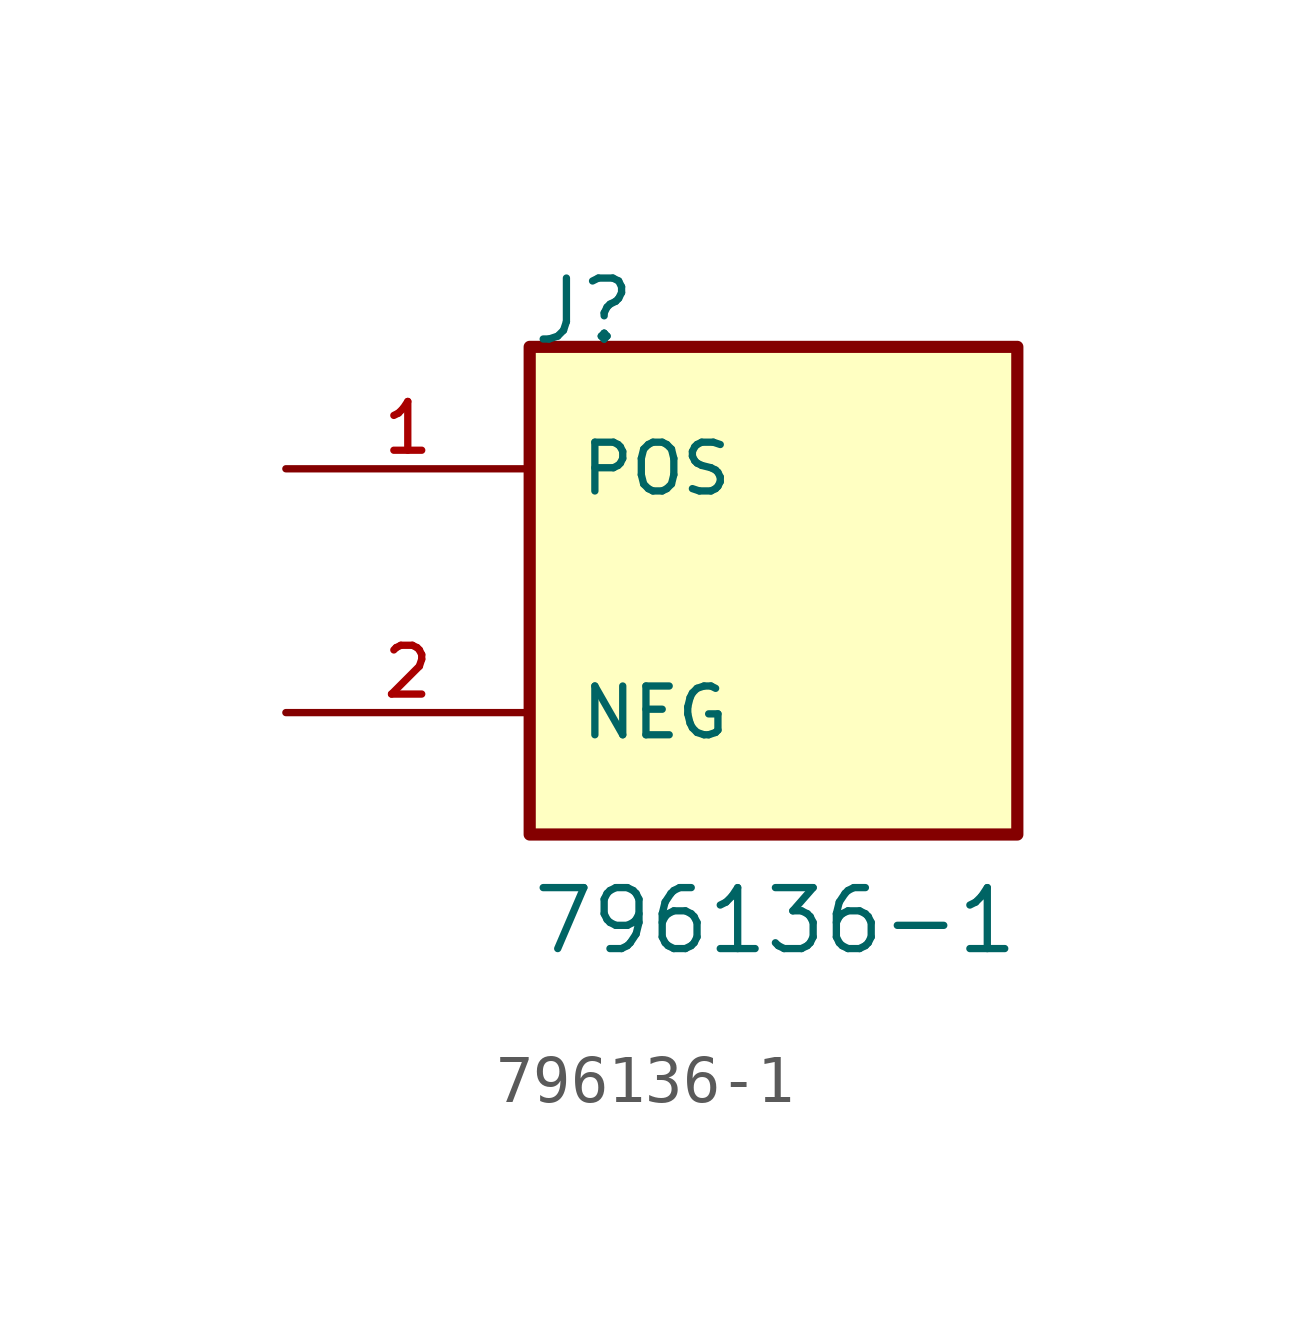
<source format=kicad_sym>
(kicad_symbol_lib
  (version 20211014)
  (generator kicad_symbol_editor)
  (symbol "796136-1"
    (pin_names
      (offset 1.016))
    (property "Reference" "J"
      (at -5.08 5.08 0)
      (effects (font (size 1.27 1.27)) (justify bottom left)))
    (property "Value" "796136-1"
      (at -5.08 -7.62 0)
      (effects (font (size 1.27 1.27)) (justify bottom left)))
    (symbol "796136-1_0_0"
      (rectangle (start -5.08 -5.08) (end 5.08 5.08) (stroke (width 0.254)) (fill (type background)))
      (pin passive line (at -10.16 2.54 0) (length 5.08) (name "POS" (effects (font (size 1.016 1.016)))) (number "1" (effects (font (size 1.016 1.016)))))
      (pin passive line (at -10.16 -2.54 0) (length 5.08) (name "NEG" (effects (font (size 1.016 1.016)))) (number "2" (effects (font (size 1.016 1.016))))))))
</source>
